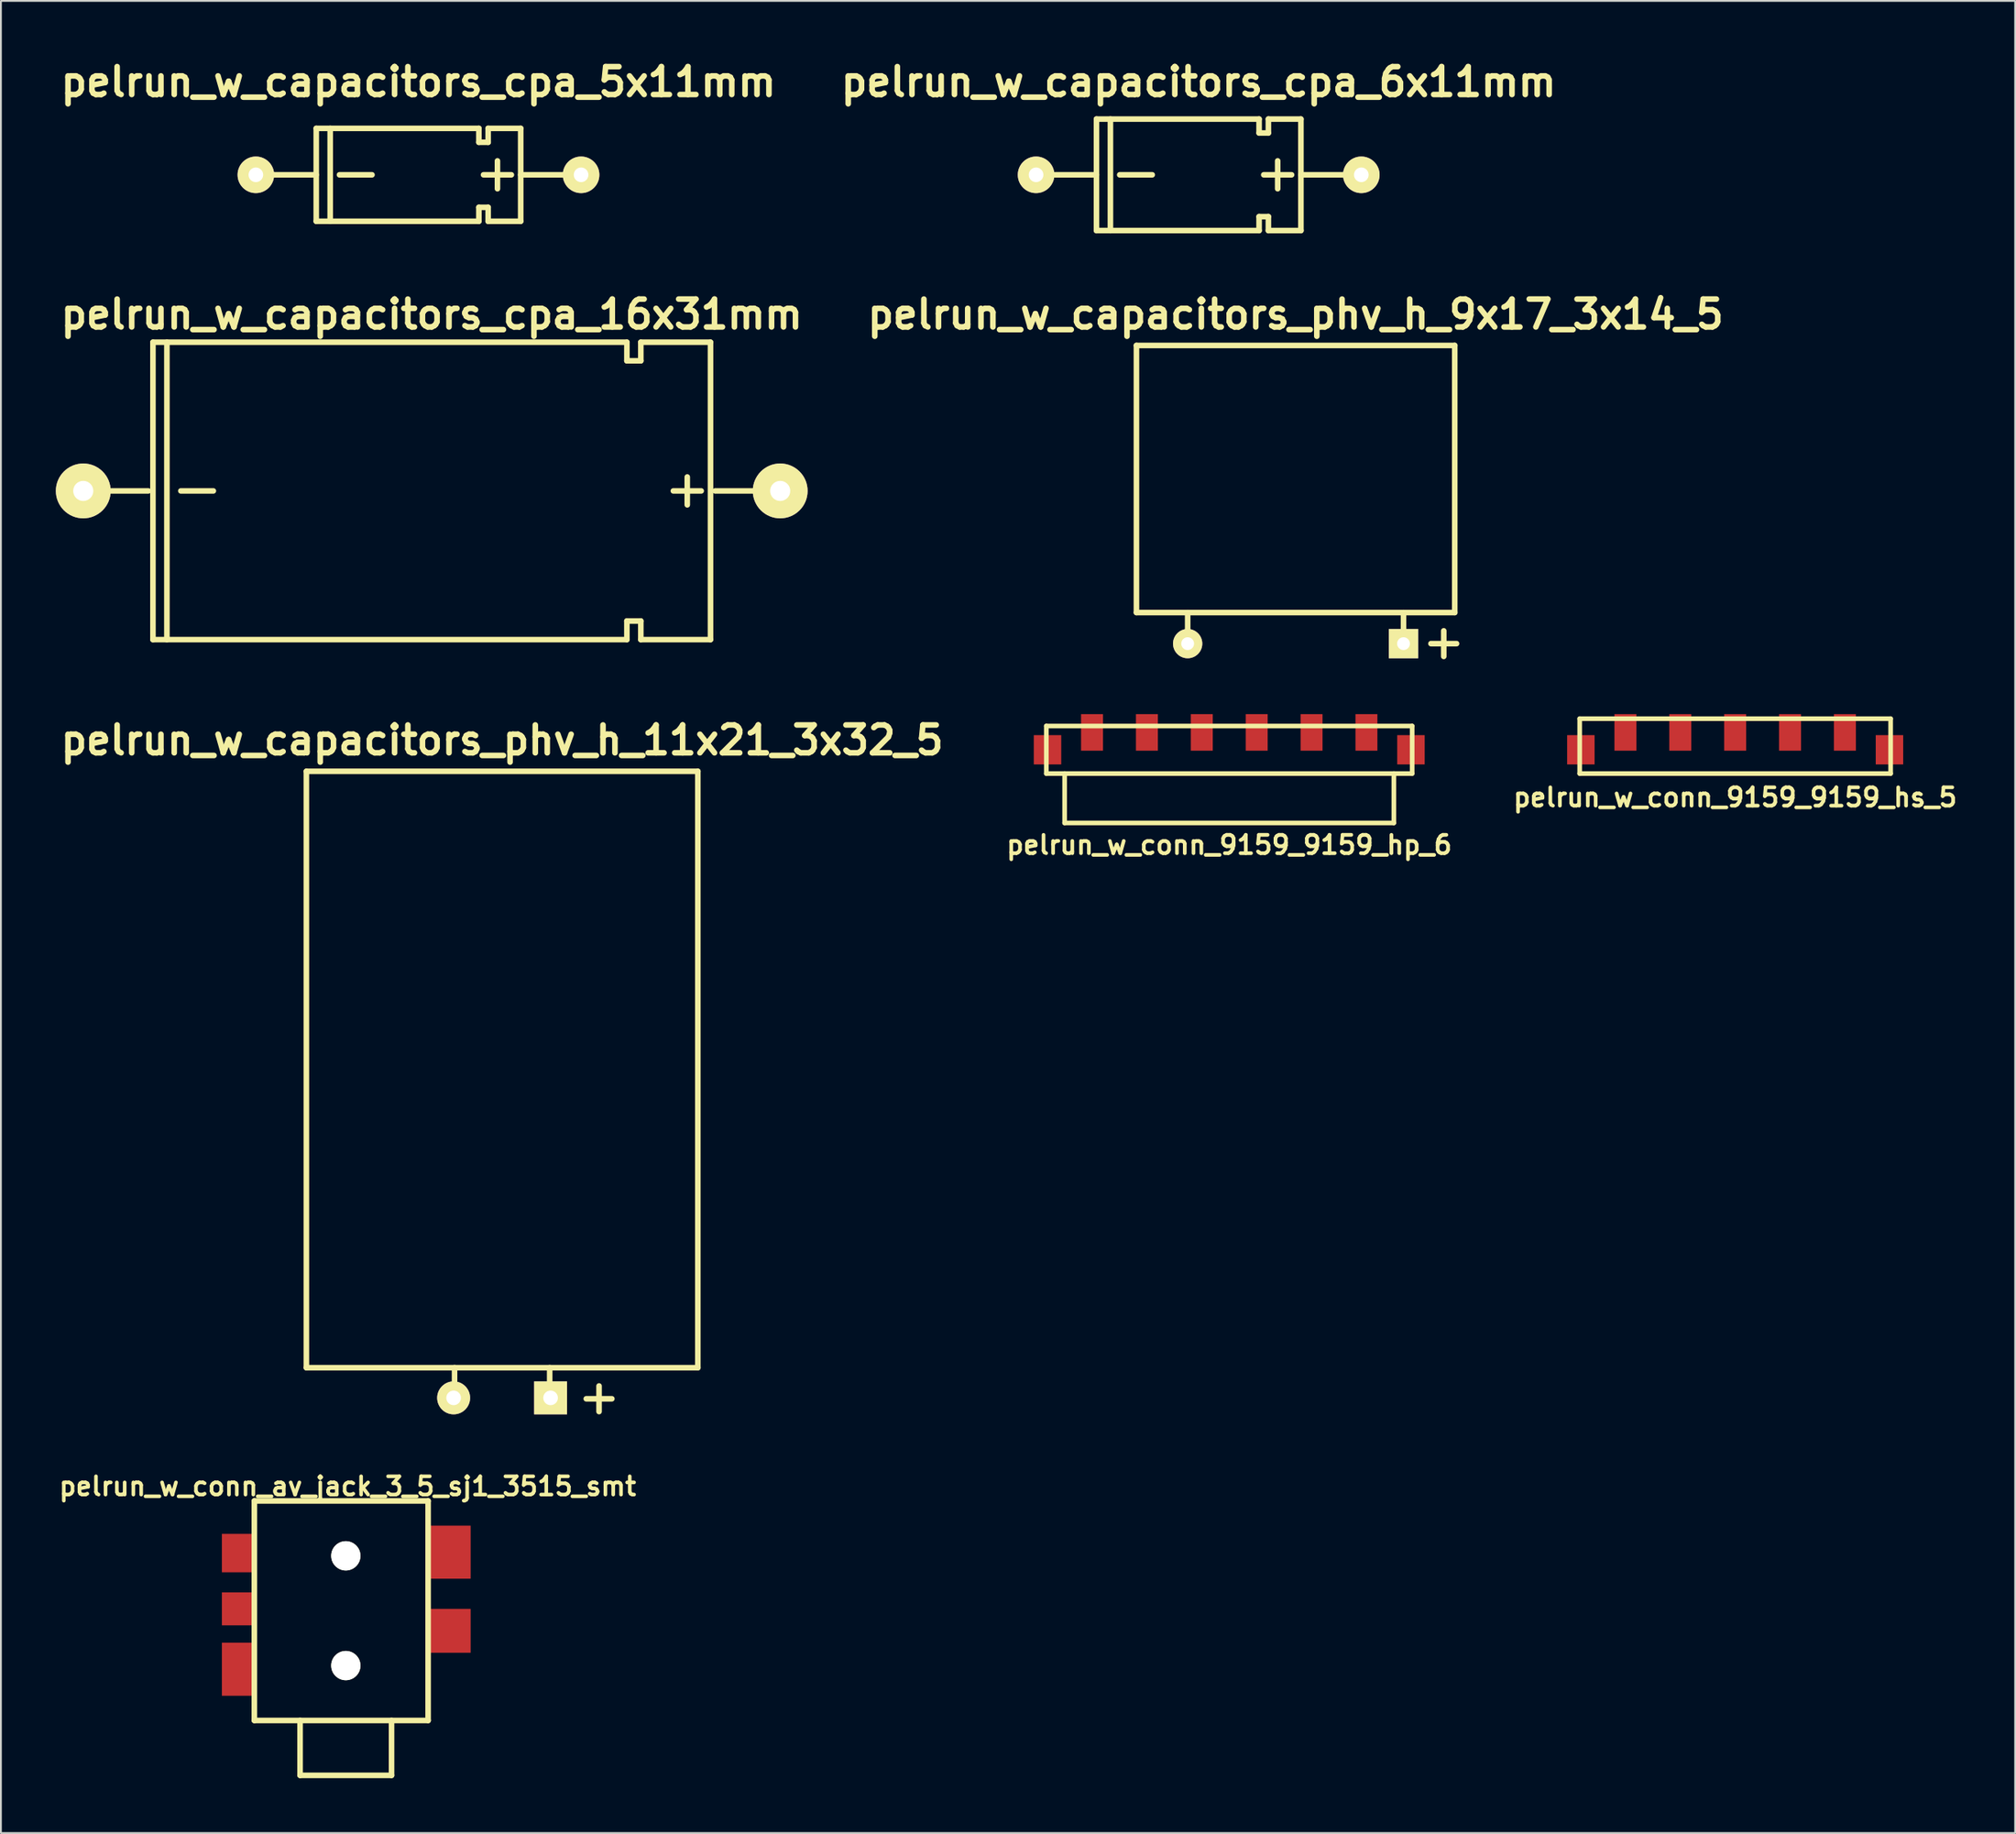
<source format=kicad_pcb>
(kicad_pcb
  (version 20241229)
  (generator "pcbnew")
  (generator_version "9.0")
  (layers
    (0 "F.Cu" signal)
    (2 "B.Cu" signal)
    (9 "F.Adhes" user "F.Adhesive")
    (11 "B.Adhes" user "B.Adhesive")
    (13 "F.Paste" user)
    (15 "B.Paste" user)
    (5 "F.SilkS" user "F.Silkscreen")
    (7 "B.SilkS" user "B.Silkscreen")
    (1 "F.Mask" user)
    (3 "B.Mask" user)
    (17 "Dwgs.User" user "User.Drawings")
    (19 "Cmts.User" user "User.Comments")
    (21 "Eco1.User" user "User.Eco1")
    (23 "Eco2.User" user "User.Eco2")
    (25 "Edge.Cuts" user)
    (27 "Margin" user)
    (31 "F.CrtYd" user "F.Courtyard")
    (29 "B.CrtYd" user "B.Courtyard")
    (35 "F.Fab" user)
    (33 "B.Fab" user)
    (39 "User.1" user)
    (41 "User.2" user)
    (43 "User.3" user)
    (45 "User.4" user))
  (footprint "pelrun_w_conn_av_jack_3_5_sj1_3515_smt"
    (layer "F.Cu")
    (at 15.855 84.896)
    (property "Reference" "pelrun_w_conn_av_jack_3_5_sj1_3515_smt" (at 0.1 -6.7 0) (layer "F.SilkS") (effects (font (size 0.998 0.998) (thickness 0.198))))
    (attr through_hole)
    (fp_line (start -5 -5.9) (end 4.5 -5.9) (stroke (width 0.305) (type solid)) (layer "F.SilkS"))
    (fp_line (start -5 6.1) (end -5 -5.9) (stroke (width 0.305) (type solid)) (layer "F.SilkS"))
    (fp_line (start -2.5 6.1) (end -2.5 9.1) (stroke (width 0.305) (type solid)) (layer "F.SilkS"))
    (fp_line (start -2.5 9.1) (end 2.5 9.1) (stroke (width 0.305) (type solid)) (layer "F.SilkS"))
    (fp_line (start 2.5 9.1) (end 2.5 6.1) (stroke (width 0.305) (type solid)) (layer "F.SilkS"))
    (fp_line (start 4.5 -5.9) (end 4.5 6.1) (stroke (width 0.305) (type solid)) (layer "F.SilkS"))
    (fp_line (start 4.5 6.1) (end -5 6.1) (stroke (width 0.305) (type solid)) (layer "F.SilkS"))
    (pad "" np_thru_hole circle (at 0 -2.9) (size 1.6 1.6) (drill 1.6) (layers "*.Cu" "*.Mask" "F.SilkS"))
    (pad "" np_thru_hole circle (at 0 3.1) (size 1.6 1.6) (drill 1.6) (layers "*.Cu" "*.Mask" "F.SilkS"))
    (pad "1" smd rect (at -5.9 3.3) (size 1.75 2.9) (layers "F.Cu" "F.Mask" "F.Paste"))
    (pad "2" smd rect (at 5.7 -3.1) (size 2.25 2.9) (layers "F.Cu" "F.Mask" "F.Paste"))
    (pad "3" smd rect (at -5.9 -3.05) (size 1.75 2.1) (layers "F.Cu" "F.Mask" "F.Paste"))
    (pad "4" smd rect (at 5.7 1.2) (size 2.25 2.4) (layers "F.Cu" "F.Mask" "F.Paste"))
    (pad "5" smd rect (at -5.9 0) (size 1.75 1.8) (layers "F.Cu" "F.Mask" "F.Paste")))
  (footprint "pelrun_w_capacitors_phv_h_9x17_3x14_5"
    (layer "F.Cu")
    (at 67.777 24.133)
    (property "Reference" "pelrun_w_capacitors_phv_h_9x17_3x14_5" (at 0 -10 0) (layer "F.SilkS") (effects (font (size 1.524 1.524) (thickness 0.305))))
    (attr through_hole)
    (fp_line (start -8.7 -8.3) (end -8.7 6.3) (stroke (width 0.305) (type solid)) (layer "F.SilkS"))
    (fp_line (start -8.7 -8.3) (end 8.7 -8.3) (stroke (width 0.305) (type solid)) (layer "F.SilkS"))
    (fp_line (start -8.7 6.3) (end 8.7 6.3) (stroke (width 0.305) (type solid)) (layer "F.SilkS"))
    (fp_line (start -5.9 8) (end -5.9 6.3) (stroke (width 0.305) (type solid)) (layer "F.SilkS"))
    (fp_line (start 5.9 8) (end 5.9 6.3) (stroke (width 0.305) (type solid)) (layer "F.SilkS"))
    (fp_line (start 7.4 8) (end 8.8 8) (stroke (width 0.305) (type solid)) (layer "F.SilkS"))
    (fp_line (start 8.1 8.7) (end 8.1 7.3) (stroke (width 0.305) (type solid)) (layer "F.SilkS"))
    (fp_line (start 8.7 -8.3) (end 8.7 6.3) (stroke (width 0.305) (type solid)) (layer "F.SilkS"))
    (pad "1" thru_hole rect (at 5.9 8) (size 1.6 1.6) (drill 0.7) (layers "*.Cu" "*.Mask" "F.SilkS"))
    (pad "2" thru_hole circle (at -5.9 8) (size 1.6 1.6) (drill 0.7) (layers "*.Cu" "*.Mask" "F.SilkS")))
  (footprint "pelrun_w_capacitors_cpa_6x11mm"
    (layer "F.Cu")
    (at 62.48 6.506)
    (property "Reference" "pelrun_w_capacitors_cpa_6x11mm" (at 0 -5.08 0) (layer "F.SilkS") (effects (font (size 1.524 1.524) (thickness 0.305))))
    (attr through_hole)
    (fp_line (start -5.588 -3.048) (end -5.588 3.048) (stroke (width 0.305) (type solid)) (layer "F.SilkS"))
    (fp_line (start -5.588 0) (end -8.89 0) (stroke (width 0.305) (type solid)) (layer "F.SilkS"))
    (fp_line (start -4.826 -3.048) (end -4.826 3.048) (stroke (width 0.305) (type solid)) (layer "F.SilkS"))
    (fp_line (start -4.318 0) (end -2.54 0) (stroke (width 0.305) (type solid)) (layer "F.SilkS"))
    (fp_line (start 3.302 -3.048) (end -5.588 -3.048) (stroke (width 0.305) (type solid)) (layer "F.SilkS"))
    (fp_line (start 3.302 -3.048) (end 3.302 -2.286) (stroke (width 0.305) (type solid)) (layer "F.SilkS"))
    (fp_line (start 3.302 -2.286) (end 3.81 -2.286) (stroke (width 0.305) (type solid)) (layer "F.SilkS"))
    (fp_line (start 3.302 2.286) (end 3.302 3.048) (stroke (width 0.305) (type solid)) (layer "F.SilkS"))
    (fp_line (start 3.302 3.048) (end -5.588 3.048) (stroke (width 0.305) (type solid)) (layer "F.SilkS"))
    (fp_line (start 3.81 -3.048) (end 5.588 -3.048) (stroke (width 0.305) (type solid)) (layer "F.SilkS"))
    (fp_line (start 3.81 -2.286) (end 3.81 -3.048) (stroke (width 0.305) (type solid)) (layer "F.SilkS"))
    (fp_line (start 3.81 2.286) (end 3.302 2.286) (stroke (width 0.305) (type solid)) (layer "F.SilkS"))
    (fp_line (start 3.81 3.048) (end 3.81 2.286) (stroke (width 0.305) (type solid)) (layer "F.SilkS"))
    (fp_line (start 4.318 0.762) (end 4.318 -0.762) (stroke (width 0.305) (type solid)) (layer "F.SilkS"))
    (fp_line (start 5.08 0) (end 3.556 0) (stroke (width 0.305) (type solid)) (layer "F.SilkS"))
    (fp_line (start 5.588 -3.048) (end 5.588 3.048) (stroke (width 0.305) (type solid)) (layer "F.SilkS"))
    (fp_line (start 5.588 3.048) (end 3.81 3.048) (stroke (width 0.305) (type solid)) (layer "F.SilkS"))
    (fp_line (start 8.89 0) (end 5.588 0) (stroke (width 0.305) (type solid)) (layer "F.SilkS"))
    (pad "1" thru_hole circle (at 8.89 0) (size 1.999 1.999) (drill 0.8) (layers "*.Cu" "*.Mask" "F.SilkS"))
    (pad "2" thru_hole circle (at -8.89 0) (size 1.999 1.999) (drill 0.8) (layers "*.Cu" "*.Mask" "F.SilkS")))
  (footprint "pelrun_w_capacitors_phv_h_11x21_3x32_5"
    (layer "F.Cu")
    (at 24.399 56.412)
    (property "Reference" "pelrun_w_capacitors_phv_h_11x21_3x32_5" (at 0 -19 0) (layer "F.SilkS") (effects (font (size 1.524 1.524) (thickness 0.305))))
    (attr through_hole)
    (fp_line (start -10.7 -17.3) (end 10.7 -17.3) (stroke (width 0.305) (type solid)) (layer "F.SilkS"))
    (fp_line (start -10.7 15.3) (end -10.7 -17.3) (stroke (width 0.305) (type solid)) (layer "F.SilkS"))
    (fp_line (start -10.7 15.3) (end 10.7 15.3) (stroke (width 0.305) (type solid)) (layer "F.SilkS"))
    (fp_line (start -2.6 17) (end -2.6 15.3) (stroke (width 0.305) (type solid)) (layer "F.SilkS"))
    (fp_line (start 2.6 17) (end 2.6 15.3) (stroke (width 0.305) (type solid)) (layer "F.SilkS"))
    (fp_line (start 4.6 17) (end 6 17) (stroke (width 0.305) (type solid)) (layer "F.SilkS"))
    (fp_line (start 5.3 17.7) (end 5.3 16.3) (stroke (width 0.305) (type solid)) (layer "F.SilkS"))
    (fp_line (start 10.7 15.3) (end 10.7 -17.3) (stroke (width 0.305) (type solid)) (layer "F.SilkS"))
    (pad "1" thru_hole rect (at 2.65 16.95) (size 1.8 1.8) (drill 0.8) (layers "*.Cu" "*.Mask" "F.SilkS"))
    (pad "2" thru_hole circle (at -2.65 16.95) (size 1.8 1.8) (drill 0.8) (layers "*.Cu" "*.Mask" "F.SilkS")))
  (footprint "pelrun_w_conn_9159_9159_hp_6"
    (layer "F.Cu")
    (at 64.15 37.935)
    (property "Reference" "pelrun_w_conn_9159_9159_hp_6" (at 0 5.199 0) (layer "F.SilkS") (effects (font (size 1.001 1.001) (thickness 0.201))))
    (attr through_hole)
    (fp_line (start -10 -1.3) (end -10 1.3) (stroke (width 0.254) (type solid)) (layer "F.SilkS"))
    (fp_line (start -10 -1.3) (end 10 -1.3) (stroke (width 0.254) (type solid)) (layer "F.SilkS"))
    (fp_line (start -8.999 1.3) (end -8.999 4) (stroke (width 0.254) (type solid)) (layer "F.SilkS"))
    (fp_line (start 8.999 4) (end -8.999 4) (stroke (width 0.254) (type solid)) (layer "F.SilkS"))
    (fp_line (start 8.999 4) (end 8.999 1.3) (stroke (width 0.254) (type solid)) (layer "F.SilkS"))
    (fp_line (start 10 1.3) (end -10 1.3) (stroke (width 0.254) (type solid)) (layer "F.SilkS"))
    (fp_line (start 10 1.3) (end 10 -1.3) (stroke (width 0.254) (type solid)) (layer "F.SilkS"))
    (pad "1" smd rect (at -7.501 -0.95) (size 1.199 1.999) (layers "F.Cu" "F.Mask" "F.Paste"))
    (pad "2" smd rect (at -4.501 -0.95) (size 1.199 1.999) (layers "F.Cu" "F.Mask" "F.Paste"))
    (pad "3" smd rect (at -1.501 -0.95) (size 1.199 1.999) (layers "F.Cu" "F.Mask" "F.Paste"))
    (pad "4" smd rect (at 1.501 -0.95) (size 1.199 1.999) (layers "F.Cu" "F.Mask" "F.Paste"))
    (pad "5" smd rect (at 4.501 -0.95) (size 1.199 1.999) (layers "F.Cu" "F.Mask" "F.Paste"))
    (pad "6" smd rect (at 7.501 -0.95) (size 1.199 1.999) (layers "F.Cu" "F.Mask" "F.Paste"))
    (pad "7" smd rect (at -9.934 0) (size 1.501 1.6) (layers "F.Cu" "F.Mask" "F.Paste"))
    (pad "7" smd rect (at 9.934 0) (size 1.501 1.6) (layers "F.Cu" "F.Mask" "F.Paste")))
  (footprint "pelrun_w_conn_9159_9159_hs_5"
    (layer "F.Cu")
    (at 91.808 37.935)
    (property "Reference" "pelrun_w_conn_9159_9159_hs_5" (at 0 2.601 0) (layer "F.SilkS") (effects (font (size 1.001 1.001) (thickness 0.201))))
    (attr through_hole)
    (fp_line (start -8.499 -1.699) (end -8.499 1.3) (stroke (width 0.254) (type solid)) (layer "F.SilkS"))
    (fp_line (start -8.499 -1.699) (end 8.499 -1.699) (stroke (width 0.254) (type solid)) (layer "F.SilkS"))
    (fp_line (start 8.499 -1.699) (end 8.499 1.3) (stroke (width 0.254) (type solid)) (layer "F.SilkS"))
    (fp_line (start 8.499 1.3) (end -8.499 1.3) (stroke (width 0.254) (type solid)) (layer "F.SilkS"))
    (pad "1" smd rect (at -5.999 -0.95) (size 1.199 1.999) (layers "F.Cu" "F.Mask" "F.Paste"))
    (pad "2" smd rect (at -3 -0.95) (size 1.199 1.999) (layers "F.Cu" "F.Mask" "F.Paste"))
    (pad "3" smd rect (at 0 -0.95) (size 1.199 1.999) (layers "F.Cu" "F.Mask" "F.Paste"))
    (pad "4" smd rect (at 3 -0.95) (size 1.199 1.999) (layers "F.Cu" "F.Mask" "F.Paste"))
    (pad "5" smd rect (at 5.999 -0.95) (size 1.199 1.999) (layers "F.Cu" "F.Mask" "F.Paste"))
    (pad "6" smd rect (at -8.435 0) (size 1.501 1.6) (layers "F.Cu" "F.Mask" "F.Paste"))
    (pad "6" smd rect (at 8.435 0) (size 1.501 1.6) (layers "F.Cu" "F.Mask" "F.Paste")))
  (footprint "pelrun_w_capacitors_cpa_5x11mm"
    (layer "F.Cu")
    (at 19.827 6.506)
    (property "Reference" "pelrun_w_capacitors_cpa_5x11mm" (at 0 -5.08 0) (layer "F.SilkS") (effects (font (size 1.524 1.524) (thickness 0.305))))
    (attr through_hole)
    (fp_line (start -5.588 0) (end -8.89 0) (stroke (width 0.305) (type solid)) (layer "F.SilkS"))
    (fp_line (start -5.588 2.54) (end -5.588 -2.54) (stroke (width 0.305) (type solid)) (layer "F.SilkS"))
    (fp_line (start -4.826 -2.54) (end -4.826 2.54) (stroke (width 0.305) (type solid)) (layer "F.SilkS"))
    (fp_line (start -4.318 0) (end -2.54 0) (stroke (width 0.305) (type solid)) (layer "F.SilkS"))
    (fp_line (start 3.302 -2.54) (end -5.588 -2.54) (stroke (width 0.305) (type solid)) (layer "F.SilkS"))
    (fp_line (start 3.302 -2.54) (end 3.302 -1.778) (stroke (width 0.305) (type solid)) (layer "F.SilkS"))
    (fp_line (start 3.302 -1.778) (end 3.81 -1.778) (stroke (width 0.305) (type solid)) (layer "F.SilkS"))
    (fp_line (start 3.302 1.778) (end 3.302 2.54) (stroke (width 0.305) (type solid)) (layer "F.SilkS"))
    (fp_line (start 3.302 2.54) (end -5.588 2.54) (stroke (width 0.305) (type solid)) (layer "F.SilkS"))
    (fp_line (start 3.81 -2.54) (end 5.588 -2.54) (stroke (width 0.305) (type solid)) (layer "F.SilkS"))
    (fp_line (start 3.81 -1.778) (end 3.81 -2.54) (stroke (width 0.305) (type solid)) (layer "F.SilkS"))
    (fp_line (start 3.81 1.778) (end 3.302 1.778) (stroke (width 0.305) (type solid)) (layer "F.SilkS"))
    (fp_line (start 3.81 2.54) (end 3.81 1.778) (stroke (width 0.305) (type solid)) (layer "F.SilkS"))
    (fp_line (start 4.318 0.762) (end 4.318 -0.762) (stroke (width 0.305) (type solid)) (layer "F.SilkS"))
    (fp_line (start 5.08 0) (end 3.556 0) (stroke (width 0.305) (type solid)) (layer "F.SilkS"))
    (fp_line (start 5.588 -2.54) (end 5.588 2.54) (stroke (width 0.305) (type solid)) (layer "F.SilkS"))
    (fp_line (start 5.588 2.54) (end 3.81 2.54) (stroke (width 0.305) (type solid)) (layer "F.SilkS"))
    (fp_line (start 8.89 0) (end 5.588 0) (stroke (width 0.305) (type solid)) (layer "F.SilkS"))
    (pad "1" thru_hole circle (at 8.89 0) (size 1.999 1.999) (drill 0.8) (layers "*.Cu" "*.Mask" "F.SilkS"))
    (pad "2" thru_hole circle (at -8.89 0) (size 1.999 1.999) (drill 0.8) (layers "*.Cu" "*.Mask" "F.SilkS")))
  (footprint "pelrun_w_capacitors_cpa_16x31mm"
    (layer "F.Cu")
    (at 20.552 23.785)
    (property "Reference" "pelrun_w_capacitors_cpa_16x31mm" (at 0 -9.652 0) (layer "F.SilkS") (effects (font (size 1.524 1.524) (thickness 0.305))))
    (attr through_hole)
    (fp_line (start -15.494 0) (end -19.05 0) (stroke (width 0.305) (type solid)) (layer "F.SilkS"))
    (fp_line (start -15.24 -8.128) (end 10.668 -8.128) (stroke (width 0.305) (type solid)) (layer "F.SilkS"))
    (fp_line (start -15.24 8.128) (end -15.24 -8.128) (stroke (width 0.305) (type solid)) (layer "F.SilkS"))
    (fp_line (start -14.478 -8.128) (end -14.478 8.128) (stroke (width 0.305) (type solid)) (layer "F.SilkS"))
    (fp_line (start -13.716 0) (end -11.938 0) (stroke (width 0.305) (type solid)) (layer "F.SilkS"))
    (fp_line (start 10.668 -8.128) (end 10.668 -7.112) (stroke (width 0.305) (type solid)) (layer "F.SilkS"))
    (fp_line (start 10.668 -7.112) (end 11.43 -7.112) (stroke (width 0.305) (type solid)) (layer "F.SilkS"))
    (fp_line (start 10.668 7.112) (end 10.668 8.128) (stroke (width 0.305) (type solid)) (layer "F.SilkS"))
    (fp_line (start 10.668 8.128) (end -15.24 8.128) (stroke (width 0.305) (type solid)) (layer "F.SilkS"))
    (fp_line (start 11.43 -8.128) (end 15.24 -8.128) (stroke (width 0.305) (type solid)) (layer "F.SilkS"))
    (fp_line (start 11.43 -7.112) (end 11.43 -8.128) (stroke (width 0.305) (type solid)) (layer "F.SilkS"))
    (fp_line (start 11.43 7.112) (end 10.668 7.112) (stroke (width 0.305) (type solid)) (layer "F.SilkS"))
    (fp_line (start 11.43 8.128) (end 11.43 7.112) (stroke (width 0.305) (type solid)) (layer "F.SilkS"))
    (fp_line (start 13.97 0.762) (end 13.97 -0.762) (stroke (width 0.305) (type solid)) (layer "F.SilkS"))
    (fp_line (start 14.732 0) (end 13.208 0) (stroke (width 0.305) (type solid)) (layer "F.SilkS"))
    (fp_line (start 15.24 8.128) (end 11.43 8.128) (stroke (width 0.305) (type solid)) (layer "F.SilkS"))
    (fp_line (start 15.24 8.128) (end 15.24 -8.128) (stroke (width 0.305) (type solid)) (layer "F.SilkS"))
    (fp_line (start 15.494 0) (end 19.05 0) (stroke (width 0.305) (type solid)) (layer "F.SilkS"))
    (pad "1" thru_hole circle (at 19.05 0) (size 2.997 2.997) (drill 1.1) (layers "*.Cu" "*.Mask" "F.SilkS"))
    (pad "2" thru_hole circle (at -19.05 0) (size 2.997 2.997) (drill 1.1) (layers "*.Cu" "*.Mask" "F.SilkS")))
  (gr_rect
    (start -3 -3)
    (end 107.114 97.149)
    (stroke (width 0.1) (type default))
    (fill no)
    (layer "Edge.Cuts")))
</source>
